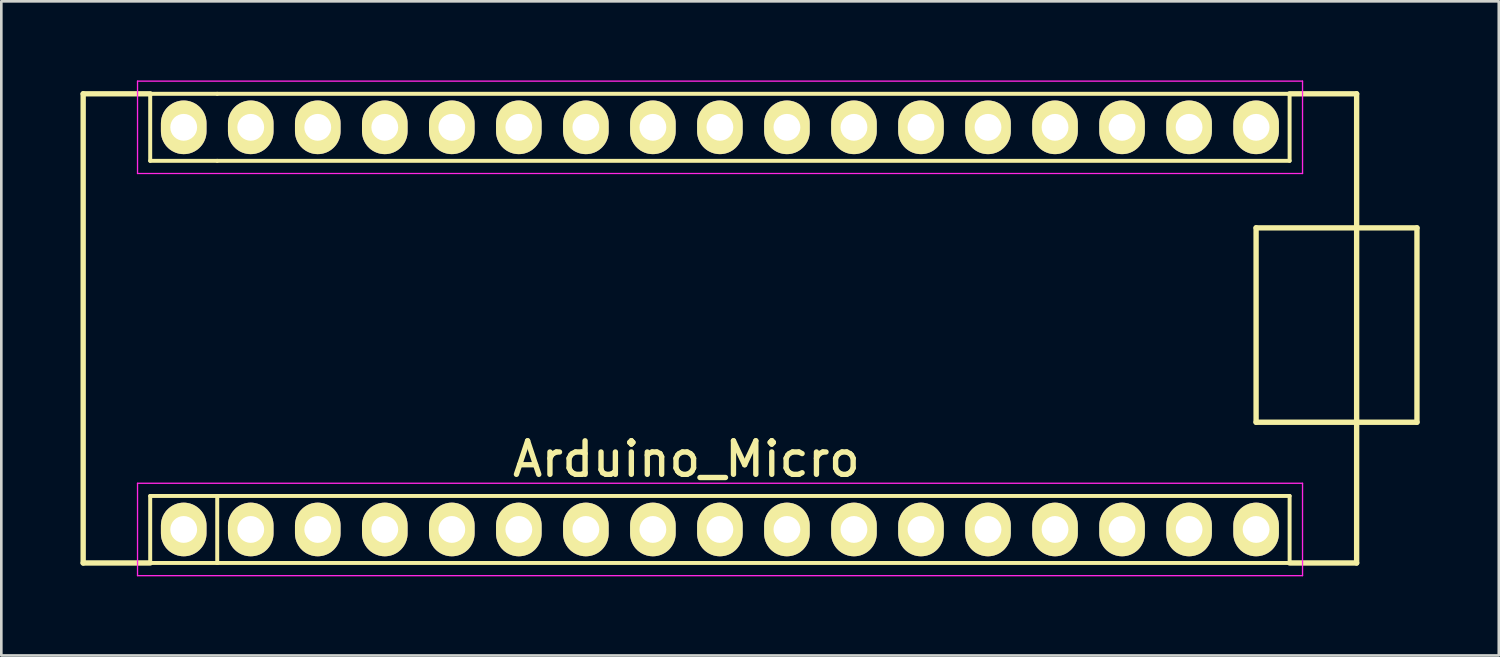
<source format=kicad_pcb>
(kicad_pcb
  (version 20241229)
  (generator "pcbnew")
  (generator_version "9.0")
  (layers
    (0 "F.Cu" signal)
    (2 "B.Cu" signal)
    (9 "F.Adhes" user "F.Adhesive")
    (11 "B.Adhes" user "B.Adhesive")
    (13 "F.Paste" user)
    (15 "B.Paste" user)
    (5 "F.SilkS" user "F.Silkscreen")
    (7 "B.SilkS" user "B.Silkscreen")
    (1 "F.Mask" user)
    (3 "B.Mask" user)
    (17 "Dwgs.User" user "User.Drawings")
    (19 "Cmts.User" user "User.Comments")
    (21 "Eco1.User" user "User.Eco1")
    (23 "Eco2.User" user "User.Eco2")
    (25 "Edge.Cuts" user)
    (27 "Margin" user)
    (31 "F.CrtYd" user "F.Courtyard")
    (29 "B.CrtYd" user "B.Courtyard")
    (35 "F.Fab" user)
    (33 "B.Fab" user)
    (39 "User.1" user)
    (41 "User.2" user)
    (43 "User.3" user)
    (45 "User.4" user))
  (footprint "Arduino_Micro"
    (layer "F.Cu")
    (at 3.912 17.015)
    (property "Reference" "Arduino_Micro" (at 19.05 -2.667 0) (layer "F.SilkS") (effects (font (size 1.27 1.27) (thickness 0.203))))
    (attr through_hole)
    (fp_line (start -3.81 -16.51) (end -1.27 -16.51) (stroke (width 0.203) (type solid)) (layer "F.SilkS"))
    (fp_line (start -3.81 1.27) (end -3.81 -16.51) (stroke (width 0.203) (type solid)) (layer "F.SilkS"))
    (fp_line (start -1.27 -16.51) (end -1.27 -13.97) (stroke (width 0.15) (type solid)) (layer "F.SilkS"))
    (fp_line (start -1.27 -13.97) (end 1.27 -13.97) (stroke (width 0.15) (type solid)) (layer "F.SilkS"))
    (fp_line (start -1.27 -1.27) (end -1.27 1.27) (stroke (width 0.15) (type solid)) (layer "F.SilkS"))
    (fp_line (start -1.27 1.27) (end -3.81 1.27) (stroke (width 0.203) (type solid)) (layer "F.SilkS"))
    (fp_line (start -1.27 1.27) (end 1.27 1.27) (stroke (width 0.15) (type solid)) (layer "F.SilkS"))
    (fp_line (start 1.27 -16.51) (end -1.27 -16.51) (stroke (width 0.15) (type solid)) (layer "F.SilkS"))
    (fp_line (start 1.27 -13.97) (end 41.91 -13.97) (stroke (width 0.15) (type solid)) (layer "F.SilkS"))
    (fp_line (start 1.27 -1.27) (end -1.27 -1.27) (stroke (width 0.15) (type solid)) (layer "F.SilkS"))
    (fp_line (start 1.27 1.27) (end 1.27 -1.27) (stroke (width 0.15) (type solid)) (layer "F.SilkS"))
    (fp_line (start 1.27 1.27) (end 41.91 1.27) (stroke (width 0.15) (type solid)) (layer "F.SilkS"))
    (fp_line (start 40.64 -11.43) (end 40.64 -4.064) (stroke (width 0.203) (type solid)) (layer "F.SilkS"))
    (fp_line (start 40.64 -4.064) (end 46.736 -4.064) (stroke (width 0.203) (type solid)) (layer "F.SilkS"))
    (fp_line (start 41.91 -16.51) (end 1.27 -16.51) (stroke (width 0.15) (type solid)) (layer "F.SilkS"))
    (fp_line (start 41.91 -13.97) (end 41.91 -16.51) (stroke (width 0.15) (type solid)) (layer "F.SilkS"))
    (fp_line (start 41.91 -1.27) (end 1.27 -1.27) (stroke (width 0.15) (type solid)) (layer "F.SilkS"))
    (fp_line (start 41.91 1.27) (end 41.91 -1.27) (stroke (width 0.15) (type solid)) (layer "F.SilkS"))
    (fp_line (start 44.45 -16.51) (end 41.91 -16.51) (stroke (width 0.203) (type solid)) (layer "F.SilkS"))
    (fp_line (start 44.45 1.27) (end 41.91 1.27) (stroke (width 0.203) (type solid)) (layer "F.SilkS"))
    (fp_line (start 44.45 1.27) (end 44.45 -16.51) (stroke (width 0.203) (type solid)) (layer "F.SilkS"))
    (fp_line (start 46.736 -11.43) (end 40.64 -11.43) (stroke (width 0.203) (type solid)) (layer "F.SilkS"))
    (fp_line (start 46.736 -4.064) (end 46.736 -11.43) (stroke (width 0.203) (type solid)) (layer "F.SilkS"))
    (fp_line (start -1.75 -16.99) (end -1.75 -13.49) (stroke (width 0.05) (type solid)) (layer "F.CrtYd"))
    (fp_line (start -1.75 -16.99) (end 42.4 -16.99) (stroke (width 0.05) (type solid)) (layer "F.CrtYd"))
    (fp_line (start -1.75 -13.49) (end 42.4 -13.49) (stroke (width 0.05) (type solid)) (layer "F.CrtYd"))
    (fp_line (start -1.75 -1.75) (end -1.75 1.75) (stroke (width 0.05) (type solid)) (layer "F.CrtYd"))
    (fp_line (start -1.75 -1.75) (end 42.4 -1.75) (stroke (width 0.05) (type solid)) (layer "F.CrtYd"))
    (fp_line (start -1.75 1.75) (end 42.4 1.75) (stroke (width 0.05) (type solid)) (layer "F.CrtYd"))
    (fp_line (start 42.4 -16.99) (end 42.4 -13.49) (stroke (width 0.05) (type solid)) (layer "F.CrtYd"))
    (fp_line (start 42.4 -1.75) (end 42.4 1.75) (stroke (width 0.05) (type solid)) (layer "F.CrtYd"))
    (pad "1" thru_hole oval (at 0 0) (size 1.727 2.032) (drill 1.016) (layers "*.Cu" "*.Mask" "F.SilkS"))
    (pad "2" thru_hole oval (at 2.54 0) (size 1.727 2.032) (drill 1.016) (layers "*.Cu" "*.Mask" "F.SilkS"))
    (pad "3" thru_hole oval (at 5.08 0) (size 1.727 2.032) (drill 1.016) (layers "*.Cu" "*.Mask" "F.SilkS"))
    (pad "4" thru_hole oval (at 7.62 0) (size 1.727 2.032) (drill 1.016) (layers "*.Cu" "*.Mask" "F.SilkS"))
    (pad "5" thru_hole oval (at 10.16 0) (size 1.727 2.032) (drill 1.016) (layers "*.Cu" "*.Mask" "F.SilkS"))
    (pad "6" thru_hole oval (at 12.7 0) (size 1.727 2.032) (drill 1.016) (layers "*.Cu" "*.Mask" "F.SilkS"))
    (pad "7" thru_hole oval (at 15.24 0) (size 1.727 2.032) (drill 1.016) (layers "*.Cu" "*.Mask" "F.SilkS"))
    (pad "8" thru_hole oval (at 17.78 0) (size 1.727 2.032) (drill 1.016) (layers "*.Cu" "*.Mask" "F.SilkS"))
    (pad "9" thru_hole oval (at 20.32 0) (size 1.727 2.032) (drill 1.016) (layers "*.Cu" "*.Mask" "F.SilkS"))
    (pad "10" thru_hole oval (at 22.86 0) (size 1.727 2.032) (drill 1.016) (layers "*.Cu" "*.Mask" "F.SilkS"))
    (pad "11" thru_hole oval (at 25.4 0) (size 1.727 2.032) (drill 1.016) (layers "*.Cu" "*.Mask" "F.SilkS"))
    (pad "12" thru_hole oval (at 27.94 0) (size 1.727 2.032) (drill 1.016) (layers "*.Cu" "*.Mask" "F.SilkS"))
    (pad "13" thru_hole oval (at 30.48 0) (size 1.727 2.032) (drill 1.016) (layers "*.Cu" "*.Mask" "F.SilkS"))
    (pad "14" thru_hole oval (at 33.02 0) (size 1.727 2.032) (drill 1.016) (layers "*.Cu" "*.Mask" "F.SilkS"))
    (pad "15" thru_hole oval (at 35.56 0) (size 1.727 2.032) (drill 1.016) (layers "*.Cu" "*.Mask" "F.SilkS"))
    (pad "16" thru_hole oval (at 38.1 0) (size 1.727 2.032) (drill 1.016) (layers "*.Cu" "*.Mask" "F.SilkS"))
    (pad "17" thru_hole oval (at 40.64 0) (size 1.727 2.032) (drill 1.016) (layers "*.Cu" "*.Mask" "F.SilkS"))
    (pad "18" thru_hole oval (at 40.64 -15.24) (size 1.727 2.032) (drill 1.016) (layers "*.Cu" "*.Mask" "F.SilkS"))
    (pad "19" thru_hole oval (at 38.1 -15.24) (size 1.727 2.032) (drill 1.016) (layers "*.Cu" "*.Mask" "F.SilkS"))
    (pad "20" thru_hole oval (at 35.56 -15.24) (size 1.727 2.032) (drill 1.016) (layers "*.Cu" "*.Mask" "F.SilkS"))
    (pad "21" thru_hole oval (at 33.02 -15.24) (size 1.727 2.032) (drill 1.016) (layers "*.Cu" "*.Mask" "F.SilkS"))
    (pad "22" thru_hole oval (at 30.48 -15.24) (size 1.727 2.032) (drill 1.016) (layers "*.Cu" "*.Mask" "F.SilkS"))
    (pad "23" thru_hole oval (at 27.94 -15.24) (size 1.727 2.032) (drill 1.016) (layers "*.Cu" "*.Mask" "F.SilkS"))
    (pad "24" thru_hole oval (at 25.4 -15.24) (size 1.727 2.032) (drill 1.016) (layers "*.Cu" "*.Mask" "F.SilkS"))
    (pad "25" thru_hole oval (at 22.86 -15.24) (size 1.727 2.032) (drill 1.016) (layers "*.Cu" "*.Mask" "F.SilkS"))
    (pad "26" thru_hole oval (at 20.32 -15.24) (size 1.727 2.032) (drill 1.016) (layers "*.Cu" "*.Mask" "F.SilkS"))
    (pad "27" thru_hole oval (at 17.78 -15.24) (size 1.727 2.032) (drill 1.016) (layers "*.Cu" "*.Mask" "F.SilkS"))
    (pad "28" thru_hole oval (at 15.24 -15.24) (size 1.727 2.032) (drill 1.016) (layers "*.Cu" "*.Mask" "F.SilkS"))
    (pad "29" thru_hole oval (at 12.7 -15.24) (size 1.727 2.032) (drill 1.016) (layers "*.Cu" "*.Mask" "F.SilkS"))
    (pad "30" thru_hole oval (at 10.16 -15.24) (size 1.727 2.032) (drill 1.016) (layers "*.Cu" "*.Mask" "F.SilkS"))
    (pad "31" thru_hole oval (at 7.62 -15.24) (size 1.727 2.032) (drill 1.016) (layers "*.Cu" "*.Mask" "F.SilkS"))
    (pad "32" thru_hole oval (at 5.08 -15.24) (size 1.727 2.032) (drill 1.016) (layers "*.Cu" "*.Mask" "F.SilkS"))
    (pad "33" thru_hole oval (at 2.54 -15.24) (size 1.727 2.032) (drill 1.016) (layers "*.Cu" "*.Mask" "F.SilkS"))
    (pad "34" thru_hole oval (at 0 -15.24) (size 1.727 2.032) (drill 1.016) (layers "*.Cu" "*.Mask" "F.SilkS")))
  (gr_rect
    (start -3 -3)
    (end 53.749 21.79)
    (stroke (width 0.1) (type default))
    (fill no)
    (layer "Edge.Cuts")))
</source>
